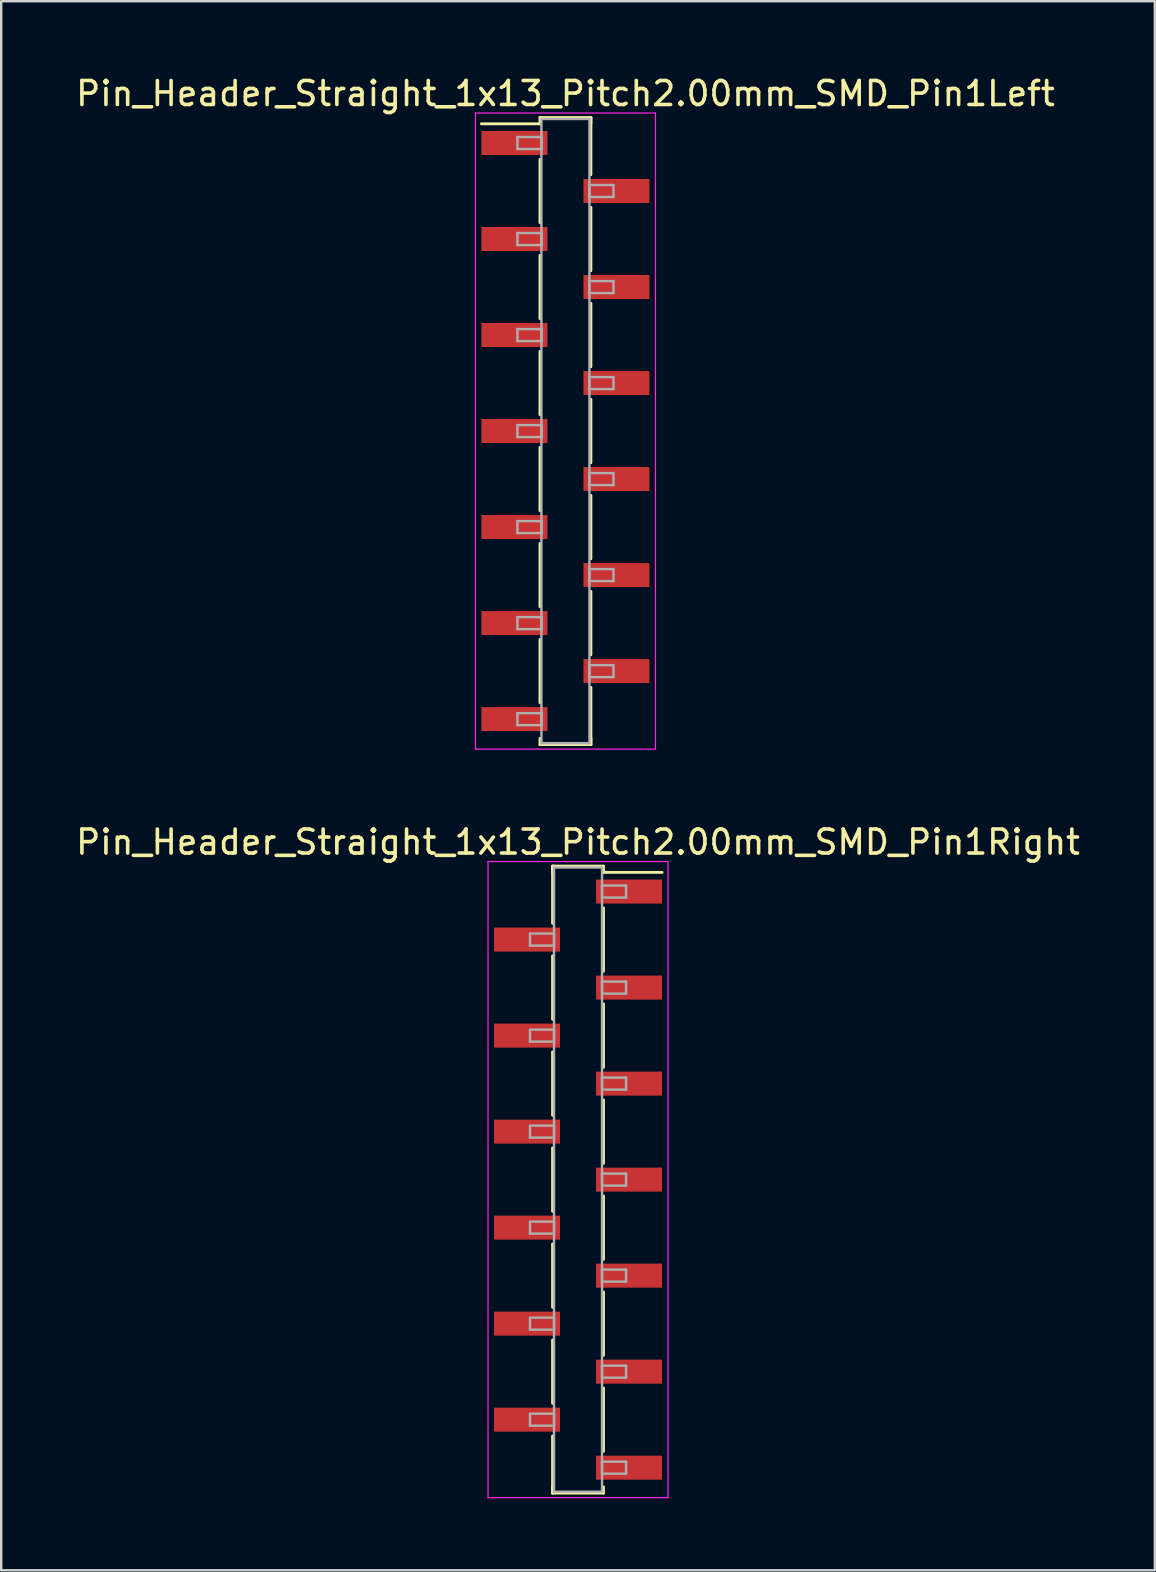
<source format=kicad_pcb>
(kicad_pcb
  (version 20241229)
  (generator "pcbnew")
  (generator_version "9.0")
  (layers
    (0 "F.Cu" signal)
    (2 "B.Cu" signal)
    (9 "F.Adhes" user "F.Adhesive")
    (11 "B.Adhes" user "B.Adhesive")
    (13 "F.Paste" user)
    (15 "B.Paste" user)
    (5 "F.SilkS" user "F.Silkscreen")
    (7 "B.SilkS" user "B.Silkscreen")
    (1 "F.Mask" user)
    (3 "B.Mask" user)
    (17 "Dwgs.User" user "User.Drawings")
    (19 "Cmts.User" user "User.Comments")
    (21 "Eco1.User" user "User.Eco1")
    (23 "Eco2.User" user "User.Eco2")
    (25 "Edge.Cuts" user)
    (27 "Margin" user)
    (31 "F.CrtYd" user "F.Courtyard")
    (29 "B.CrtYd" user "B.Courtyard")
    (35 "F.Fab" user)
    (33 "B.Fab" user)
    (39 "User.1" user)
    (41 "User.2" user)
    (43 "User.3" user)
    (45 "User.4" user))
  (footprint "Pin_Header_Straight_1x13_Pitch2.00mm_SMD_Pin1Left"
    (layer "F.Cu")
    (at 20.506 14.908)
    (property "Reference" "Pin_Header_Straight_1x13_Pitch2.00mm_SMD_Pin1Left" (at 0 -14.06 0) (layer "F.SilkS") (effects (font (size 1 1) (thickness 0.15))))
    (attr smd)
    (fp_line (start -1.06 -13.06) (end 1.06 -13.06) (stroke (width 0.12) (type solid)) (layer "F.SilkS"))
    (fp_line (start -1.06 -12.8) (end -3.5 -12.8) (stroke (width 0.12) (type solid)) (layer "F.SilkS"))
    (fp_line (start -1.06 -12.8) (end -1.06 -13.06) (stroke (width 0.12) (type solid)) (layer "F.SilkS"))
    (fp_line (start -1.06 -11.32) (end -1.06 -8.68) (stroke (width 0.12) (type solid)) (layer "F.SilkS"))
    (fp_line (start -1.06 -7.32) (end -1.06 -4.68) (stroke (width 0.12) (type solid)) (layer "F.SilkS"))
    (fp_line (start -1.06 -3.32) (end -1.06 -0.68) (stroke (width 0.12) (type solid)) (layer "F.SilkS"))
    (fp_line (start -1.06 0.68) (end -1.06 3.32) (stroke (width 0.12) (type solid)) (layer "F.SilkS"))
    (fp_line (start -1.06 4.68) (end -1.06 7.32) (stroke (width 0.12) (type solid)) (layer "F.SilkS"))
    (fp_line (start -1.06 8.68) (end -1.06 11.32) (stroke (width 0.12) (type solid)) (layer "F.SilkS"))
    (fp_line (start -1.06 12.8) (end -1.06 13.06) (stroke (width 0.12) (type solid)) (layer "F.SilkS"))
    (fp_line (start -1.06 13.06) (end 1.06 13.06) (stroke (width 0.12) (type solid)) (layer "F.SilkS"))
    (fp_line (start 1.06 -13.06) (end 1.06 -12.8) (stroke (width 0.12) (type solid)) (layer "F.SilkS"))
    (fp_line (start 1.06 -13.06) (end 1.06 -10.68) (stroke (width 0.12) (type solid)) (layer "F.SilkS"))
    (fp_line (start 1.06 -9.32) (end 1.06 -6.68) (stroke (width 0.12) (type solid)) (layer "F.SilkS"))
    (fp_line (start 1.06 -5.32) (end 1.06 -2.68) (stroke (width 0.12) (type solid)) (layer "F.SilkS"))
    (fp_line (start 1.06 -1.32) (end 1.06 1.32) (stroke (width 0.12) (type solid)) (layer "F.SilkS"))
    (fp_line (start 1.06 2.68) (end 1.06 5.32) (stroke (width 0.12) (type solid)) (layer "F.SilkS"))
    (fp_line (start 1.06 6.68) (end 1.06 9.32) (stroke (width 0.12) (type solid)) (layer "F.SilkS"))
    (fp_line (start 1.06 10.68) (end 1.06 13.06) (stroke (width 0.12) (type solid)) (layer "F.SilkS"))
    (fp_line (start 1.06 13.06) (end 1.06 12.8) (stroke (width 0.12) (type solid)) (layer "F.SilkS"))
    (fp_line (start -3.75 -13.25) (end -3.75 13.25) (stroke (width 0.05) (type solid)) (layer "F.CrtYd"))
    (fp_line (start -3.75 13.25) (end 3.75 13.25) (stroke (width 0.05) (type solid)) (layer "F.CrtYd"))
    (fp_line (start 3.75 -13.25) (end -3.75 -13.25) (stroke (width 0.05) (type solid)) (layer "F.CrtYd"))
    (fp_line (start 3.75 13.25) (end 3.75 -13.25) (stroke (width 0.05) (type solid)) (layer "F.CrtYd"))
    (fp_line (start -2 -12.25) (end -1 -12.25) (stroke (width 0.1) (type solid)) (layer "F.Fab"))
    (fp_line (start -2 -11.75) (end -2 -12.25) (stroke (width 0.1) (type solid)) (layer "F.Fab"))
    (fp_line (start -2 -8.25) (end -1 -8.25) (stroke (width 0.1) (type solid)) (layer "F.Fab"))
    (fp_line (start -2 -7.75) (end -2 -8.25) (stroke (width 0.1) (type solid)) (layer "F.Fab"))
    (fp_line (start -2 -4.25) (end -1 -4.25) (stroke (width 0.1) (type solid)) (layer "F.Fab"))
    (fp_line (start -2 -3.75) (end -2 -4.25) (stroke (width 0.1) (type solid)) (layer "F.Fab"))
    (fp_line (start -2 -0.25) (end -1 -0.25) (stroke (width 0.1) (type solid)) (layer "F.Fab"))
    (fp_line (start -2 0.25) (end -2 -0.25) (stroke (width 0.1) (type solid)) (layer "F.Fab"))
    (fp_line (start -2 3.75) (end -1 3.75) (stroke (width 0.1) (type solid)) (layer "F.Fab"))
    (fp_line (start -2 4.25) (end -2 3.75) (stroke (width 0.1) (type solid)) (layer "F.Fab"))
    (fp_line (start -2 7.75) (end -1 7.75) (stroke (width 0.1) (type solid)) (layer "F.Fab"))
    (fp_line (start -2 8.25) (end -2 7.75) (stroke (width 0.1) (type solid)) (layer "F.Fab"))
    (fp_line (start -2 11.75) (end -1 11.75) (stroke (width 0.1) (type solid)) (layer "F.Fab"))
    (fp_line (start -2 12.25) (end -2 11.75) (stroke (width 0.1) (type solid)) (layer "F.Fab"))
    (fp_line (start -1 -13) (end -1 13) (stroke (width 0.1) (type solid)) (layer "F.Fab"))
    (fp_line (start -1 -12.25) (end -1 -11.75) (stroke (width 0.1) (type solid)) (layer "F.Fab"))
    (fp_line (start -1 -11.75) (end -2 -11.75) (stroke (width 0.1) (type solid)) (layer "F.Fab"))
    (fp_line (start -1 -8.25) (end -1 -7.75) (stroke (width 0.1) (type solid)) (layer "F.Fab"))
    (fp_line (start -1 -7.75) (end -2 -7.75) (stroke (width 0.1) (type solid)) (layer "F.Fab"))
    (fp_line (start -1 -4.25) (end -1 -3.75) (stroke (width 0.1) (type solid)) (layer "F.Fab"))
    (fp_line (start -1 -3.75) (end -2 -3.75) (stroke (width 0.1) (type solid)) (layer "F.Fab"))
    (fp_line (start -1 -0.25) (end -1 0.25) (stroke (width 0.1) (type solid)) (layer "F.Fab"))
    (fp_line (start -1 0.25) (end -2 0.25) (stroke (width 0.1) (type solid)) (layer "F.Fab"))
    (fp_line (start -1 3.75) (end -1 4.25) (stroke (width 0.1) (type solid)) (layer "F.Fab"))
    (fp_line (start -1 4.25) (end -2 4.25) (stroke (width 0.1) (type solid)) (layer "F.Fab"))
    (fp_line (start -1 7.75) (end -1 8.25) (stroke (width 0.1) (type solid)) (layer "F.Fab"))
    (fp_line (start -1 8.25) (end -2 8.25) (stroke (width 0.1) (type solid)) (layer "F.Fab"))
    (fp_line (start -1 11.75) (end -1 12.25) (stroke (width 0.1) (type solid)) (layer "F.Fab"))
    (fp_line (start -1 12.25) (end -2 12.25) (stroke (width 0.1) (type solid)) (layer "F.Fab"))
    (fp_line (start -1 13) (end 1 13) (stroke (width 0.1) (type solid)) (layer "F.Fab"))
    (fp_line (start 1 -13) (end -1 -13) (stroke (width 0.1) (type solid)) (layer "F.Fab"))
    (fp_line (start 1 -10.25) (end 1 -9.75) (stroke (width 0.1) (type solid)) (layer "F.Fab"))
    (fp_line (start 1 -9.75) (end 2 -9.75) (stroke (width 0.1) (type solid)) (layer "F.Fab"))
    (fp_line (start 1 -6.25) (end 1 -5.75) (stroke (width 0.1) (type solid)) (layer "F.Fab"))
    (fp_line (start 1 -5.75) (end 2 -5.75) (stroke (width 0.1) (type solid)) (layer "F.Fab"))
    (fp_line (start 1 -2.25) (end 1 -1.75) (stroke (width 0.1) (type solid)) (layer "F.Fab"))
    (fp_line (start 1 -1.75) (end 2 -1.75) (stroke (width 0.1) (type solid)) (layer "F.Fab"))
    (fp_line (start 1 1.75) (end 1 2.25) (stroke (width 0.1) (type solid)) (layer "F.Fab"))
    (fp_line (start 1 2.25) (end 2 2.25) (stroke (width 0.1) (type solid)) (layer "F.Fab"))
    (fp_line (start 1 5.75) (end 1 6.25) (stroke (width 0.1) (type solid)) (layer "F.Fab"))
    (fp_line (start 1 6.25) (end 2 6.25) (stroke (width 0.1) (type solid)) (layer "F.Fab"))
    (fp_line (start 1 9.75) (end 1 10.25) (stroke (width 0.1) (type solid)) (layer "F.Fab"))
    (fp_line (start 1 10.25) (end 2 10.25) (stroke (width 0.1) (type solid)) (layer "F.Fab"))
    (fp_line (start 1 13) (end 1 -13) (stroke (width 0.1) (type solid)) (layer "F.Fab"))
    (fp_line (start 2 -10.25) (end 1 -10.25) (stroke (width 0.1) (type solid)) (layer "F.Fab"))
    (fp_line (start 2 -9.75) (end 2 -10.25) (stroke (width 0.1) (type solid)) (layer "F.Fab"))
    (fp_line (start 2 -6.25) (end 1 -6.25) (stroke (width 0.1) (type solid)) (layer "F.Fab"))
    (fp_line (start 2 -5.75) (end 2 -6.25) (stroke (width 0.1) (type solid)) (layer "F.Fab"))
    (fp_line (start 2 -2.25) (end 1 -2.25) (stroke (width 0.1) (type solid)) (layer "F.Fab"))
    (fp_line (start 2 -1.75) (end 2 -2.25) (stroke (width 0.1) (type solid)) (layer "F.Fab"))
    (fp_line (start 2 1.75) (end 1 1.75) (stroke (width 0.1) (type solid)) (layer "F.Fab"))
    (fp_line (start 2 2.25) (end 2 1.75) (stroke (width 0.1) (type solid)) (layer "F.Fab"))
    (fp_line (start 2 5.75) (end 1 5.75) (stroke (width 0.1) (type solid)) (layer "F.Fab"))
    (fp_line (start 2 6.25) (end 2 5.75) (stroke (width 0.1) (type solid)) (layer "F.Fab"))
    (fp_line (start 2 9.75) (end 1 9.75) (stroke (width 0.1) (type solid)) (layer "F.Fab"))
    (fp_line (start 2 10.25) (end 2 9.75) (stroke (width 0.1) (type solid)) (layer "F.Fab"))
    (pad "1" smd rect (at -2.125 -12) (size 2.75 1) (layers "F.Cu" "F.Mask"))
    (pad "2" smd rect (at 2.125 -10) (size 2.75 1) (layers "F.Cu" "F.Mask"))
    (pad "3" smd rect (at -2.125 -8) (size 2.75 1) (layers "F.Cu" "F.Mask"))
    (pad "4" smd rect (at 2.125 -6) (size 2.75 1) (layers "F.Cu" "F.Mask"))
    (pad "5" smd rect (at -2.125 -4) (size 2.75 1) (layers "F.Cu" "F.Mask"))
    (pad "6" smd rect (at 2.125 -2) (size 2.75 1) (layers "F.Cu" "F.Mask"))
    (pad "7" smd rect (at -2.125 0) (size 2.75 1) (layers "F.Cu" "F.Mask"))
    (pad "8" smd rect (at 2.125 2) (size 2.75 1) (layers "F.Cu" "F.Mask"))
    (pad "9" smd rect (at -2.125 4) (size 2.75 1) (layers "F.Cu" "F.Mask"))
    (pad "10" smd rect (at 2.125 6) (size 2.75 1) (layers "F.Cu" "F.Mask"))
    (pad "11" smd rect (at -2.125 8) (size 2.75 1) (layers "F.Cu" "F.Mask"))
    (pad "12" smd rect (at 2.125 10) (size 2.75 1) (layers "F.Cu" "F.Mask"))
    (pad "13" smd rect (at -2.125 12) (size 2.75 1) (layers "F.Cu" "F.Mask")))
  (footprint "Pin_Header_Straight_1x13_Pitch2.00mm_SMD_Pin1Right"
    (layer "F.Cu")
    (at 21.03 46.092)
    (property "Reference" "Pin_Header_Straight_1x13_Pitch2.00mm_SMD_Pin1Right" (at 0 -14.06 0) (layer "F.SilkS") (effects (font (size 1 1) (thickness 0.15))))
    (attr smd)
    (fp_line (start -1.06 -13.06) (end -1.06 -10.68) (stroke (width 0.12) (type solid)) (layer "F.SilkS"))
    (fp_line (start -1.06 -13.06) (end 1.06 -13.06) (stroke (width 0.12) (type solid)) (layer "F.SilkS"))
    (fp_line (start -1.06 -12.8) (end -1.06 -13.06) (stroke (width 0.12) (type solid)) (layer "F.SilkS"))
    (fp_line (start -1.06 -9.32) (end -1.06 -6.68) (stroke (width 0.12) (type solid)) (layer "F.SilkS"))
    (fp_line (start -1.06 -5.32) (end -1.06 -2.68) (stroke (width 0.12) (type solid)) (layer "F.SilkS"))
    (fp_line (start -1.06 -1.32) (end -1.06 1.32) (stroke (width 0.12) (type solid)) (layer "F.SilkS"))
    (fp_line (start -1.06 2.68) (end -1.06 5.32) (stroke (width 0.12) (type solid)) (layer "F.SilkS"))
    (fp_line (start -1.06 6.68) (end -1.06 9.32) (stroke (width 0.12) (type solid)) (layer "F.SilkS"))
    (fp_line (start -1.06 10.68) (end -1.06 13.06) (stroke (width 0.12) (type solid)) (layer "F.SilkS"))
    (fp_line (start -1.06 12.8) (end -1.06 13.06) (stroke (width 0.12) (type solid)) (layer "F.SilkS"))
    (fp_line (start -1.06 13.06) (end 1.06 13.06) (stroke (width 0.12) (type solid)) (layer "F.SilkS"))
    (fp_line (start 1.06 -13.06) (end 1.06 -12.8) (stroke (width 0.12) (type solid)) (layer "F.SilkS"))
    (fp_line (start 1.06 -12.8) (end 3.5 -12.8) (stroke (width 0.12) (type solid)) (layer "F.SilkS"))
    (fp_line (start 1.06 -11.32) (end 1.06 -8.68) (stroke (width 0.12) (type solid)) (layer "F.SilkS"))
    (fp_line (start 1.06 -7.32) (end 1.06 -4.68) (stroke (width 0.12) (type solid)) (layer "F.SilkS"))
    (fp_line (start 1.06 -3.32) (end 1.06 -0.68) (stroke (width 0.12) (type solid)) (layer "F.SilkS"))
    (fp_line (start 1.06 0.68) (end 1.06 3.32) (stroke (width 0.12) (type solid)) (layer "F.SilkS"))
    (fp_line (start 1.06 4.68) (end 1.06 7.32) (stroke (width 0.12) (type solid)) (layer "F.SilkS"))
    (fp_line (start 1.06 8.68) (end 1.06 11.32) (stroke (width 0.12) (type solid)) (layer "F.SilkS"))
    (fp_line (start 1.06 13.06) (end 1.06 12.8) (stroke (width 0.12) (type solid)) (layer "F.SilkS"))
    (fp_line (start -3.75 -13.25) (end -3.75 13.25) (stroke (width 0.05) (type solid)) (layer "F.CrtYd"))
    (fp_line (start -3.75 13.25) (end 3.75 13.25) (stroke (width 0.05) (type solid)) (layer "F.CrtYd"))
    (fp_line (start 3.75 -13.25) (end -3.75 -13.25) (stroke (width 0.05) (type solid)) (layer "F.CrtYd"))
    (fp_line (start 3.75 13.25) (end 3.75 -13.25) (stroke (width 0.05) (type solid)) (layer "F.CrtYd"))
    (fp_line (start -2 -10.25) (end -1 -10.25) (stroke (width 0.1) (type solid)) (layer "F.Fab"))
    (fp_line (start -2 -9.75) (end -2 -10.25) (stroke (width 0.1) (type solid)) (layer "F.Fab"))
    (fp_line (start -2 -6.25) (end -1 -6.25) (stroke (width 0.1) (type solid)) (layer "F.Fab"))
    (fp_line (start -2 -5.75) (end -2 -6.25) (stroke (width 0.1) (type solid)) (layer "F.Fab"))
    (fp_line (start -2 -2.25) (end -1 -2.25) (stroke (width 0.1) (type solid)) (layer "F.Fab"))
    (fp_line (start -2 -1.75) (end -2 -2.25) (stroke (width 0.1) (type solid)) (layer "F.Fab"))
    (fp_line (start -2 1.75) (end -1 1.75) (stroke (width 0.1) (type solid)) (layer "F.Fab"))
    (fp_line (start -2 2.25) (end -2 1.75) (stroke (width 0.1) (type solid)) (layer "F.Fab"))
    (fp_line (start -2 5.75) (end -1 5.75) (stroke (width 0.1) (type solid)) (layer "F.Fab"))
    (fp_line (start -2 6.25) (end -2 5.75) (stroke (width 0.1) (type solid)) (layer "F.Fab"))
    (fp_line (start -2 9.75) (end -1 9.75) (stroke (width 0.1) (type solid)) (layer "F.Fab"))
    (fp_line (start -2 10.25) (end -2 9.75) (stroke (width 0.1) (type solid)) (layer "F.Fab"))
    (fp_line (start -1 -13) (end -1 13) (stroke (width 0.1) (type solid)) (layer "F.Fab"))
    (fp_line (start -1 -10.25) (end -1 -9.75) (stroke (width 0.1) (type solid)) (layer "F.Fab"))
    (fp_line (start -1 -9.75) (end -2 -9.75) (stroke (width 0.1) (type solid)) (layer "F.Fab"))
    (fp_line (start -1 -6.25) (end -1 -5.75) (stroke (width 0.1) (type solid)) (layer "F.Fab"))
    (fp_line (start -1 -5.75) (end -2 -5.75) (stroke (width 0.1) (type solid)) (layer "F.Fab"))
    (fp_line (start -1 -2.25) (end -1 -1.75) (stroke (width 0.1) (type solid)) (layer "F.Fab"))
    (fp_line (start -1 -1.75) (end -2 -1.75) (stroke (width 0.1) (type solid)) (layer "F.Fab"))
    (fp_line (start -1 1.75) (end -1 2.25) (stroke (width 0.1) (type solid)) (layer "F.Fab"))
    (fp_line (start -1 2.25) (end -2 2.25) (stroke (width 0.1) (type solid)) (layer "F.Fab"))
    (fp_line (start -1 5.75) (end -1 6.25) (stroke (width 0.1) (type solid)) (layer "F.Fab"))
    (fp_line (start -1 6.25) (end -2 6.25) (stroke (width 0.1) (type solid)) (layer "F.Fab"))
    (fp_line (start -1 9.75) (end -1 10.25) (stroke (width 0.1) (type solid)) (layer "F.Fab"))
    (fp_line (start -1 10.25) (end -2 10.25) (stroke (width 0.1) (type solid)) (layer "F.Fab"))
    (fp_line (start -1 13) (end 1 13) (stroke (width 0.1) (type solid)) (layer "F.Fab"))
    (fp_line (start 1 -13) (end -1 -13) (stroke (width 0.1) (type solid)) (layer "F.Fab"))
    (fp_line (start 1 -12.25) (end 1 -11.75) (stroke (width 0.1) (type solid)) (layer "F.Fab"))
    (fp_line (start 1 -11.75) (end 2 -11.75) (stroke (width 0.1) (type solid)) (layer "F.Fab"))
    (fp_line (start 1 -8.25) (end 1 -7.75) (stroke (width 0.1) (type solid)) (layer "F.Fab"))
    (fp_line (start 1 -7.75) (end 2 -7.75) (stroke (width 0.1) (type solid)) (layer "F.Fab"))
    (fp_line (start 1 -4.25) (end 1 -3.75) (stroke (width 0.1) (type solid)) (layer "F.Fab"))
    (fp_line (start 1 -3.75) (end 2 -3.75) (stroke (width 0.1) (type solid)) (layer "F.Fab"))
    (fp_line (start 1 -0.25) (end 1 0.25) (stroke (width 0.1) (type solid)) (layer "F.Fab"))
    (fp_line (start 1 0.25) (end 2 0.25) (stroke (width 0.1) (type solid)) (layer "F.Fab"))
    (fp_line (start 1 3.75) (end 1 4.25) (stroke (width 0.1) (type solid)) (layer "F.Fab"))
    (fp_line (start 1 4.25) (end 2 4.25) (stroke (width 0.1) (type solid)) (layer "F.Fab"))
    (fp_line (start 1 7.75) (end 1 8.25) (stroke (width 0.1) (type solid)) (layer "F.Fab"))
    (fp_line (start 1 8.25) (end 2 8.25) (stroke (width 0.1) (type solid)) (layer "F.Fab"))
    (fp_line (start 1 11.75) (end 1 12.25) (stroke (width 0.1) (type solid)) (layer "F.Fab"))
    (fp_line (start 1 12.25) (end 2 12.25) (stroke (width 0.1) (type solid)) (layer "F.Fab"))
    (fp_line (start 1 13) (end 1 -13) (stroke (width 0.1) (type solid)) (layer "F.Fab"))
    (fp_line (start 2 -12.25) (end 1 -12.25) (stroke (width 0.1) (type solid)) (layer "F.Fab"))
    (fp_line (start 2 -11.75) (end 2 -12.25) (stroke (width 0.1) (type solid)) (layer "F.Fab"))
    (fp_line (start 2 -8.25) (end 1 -8.25) (stroke (width 0.1) (type solid)) (layer "F.Fab"))
    (fp_line (start 2 -7.75) (end 2 -8.25) (stroke (width 0.1) (type solid)) (layer "F.Fab"))
    (fp_line (start 2 -4.25) (end 1 -4.25) (stroke (width 0.1) (type solid)) (layer "F.Fab"))
    (fp_line (start 2 -3.75) (end 2 -4.25) (stroke (width 0.1) (type solid)) (layer "F.Fab"))
    (fp_line (start 2 -0.25) (end 1 -0.25) (stroke (width 0.1) (type solid)) (layer "F.Fab"))
    (fp_line (start 2 0.25) (end 2 -0.25) (stroke (width 0.1) (type solid)) (layer "F.Fab"))
    (fp_line (start 2 3.75) (end 1 3.75) (stroke (width 0.1) (type solid)) (layer "F.Fab"))
    (fp_line (start 2 4.25) (end 2 3.75) (stroke (width 0.1) (type solid)) (layer "F.Fab"))
    (fp_line (start 2 7.75) (end 1 7.75) (stroke (width 0.1) (type solid)) (layer "F.Fab"))
    (fp_line (start 2 8.25) (end 2 7.75) (stroke (width 0.1) (type solid)) (layer "F.Fab"))
    (fp_line (start 2 11.75) (end 1 11.75) (stroke (width 0.1) (type solid)) (layer "F.Fab"))
    (fp_line (start 2 12.25) (end 2 11.75) (stroke (width 0.1) (type solid)) (layer "F.Fab"))
    (pad "1" smd rect (at 2.125 -12) (size 2.75 1) (layers "F.Cu" "F.Mask"))
    (pad "2" smd rect (at -2.125 -10) (size 2.75 1) (layers "F.Cu" "F.Mask"))
    (pad "3" smd rect (at 2.125 -8) (size 2.75 1) (layers "F.Cu" "F.Mask"))
    (pad "4" smd rect (at -2.125 -6) (size 2.75 1) (layers "F.Cu" "F.Mask"))
    (pad "5" smd rect (at 2.125 -4) (size 2.75 1) (layers "F.Cu" "F.Mask"))
    (pad "6" smd rect (at -2.125 -2) (size 2.75 1) (layers "F.Cu" "F.Mask"))
    (pad "7" smd rect (at 2.125 0) (size 2.75 1) (layers "F.Cu" "F.Mask"))
    (pad "8" smd rect (at -2.125 2) (size 2.75 1) (layers "F.Cu" "F.Mask"))
    (pad "9" smd rect (at 2.125 4) (size 2.75 1) (layers "F.Cu" "F.Mask"))
    (pad "10" smd rect (at -2.125 6) (size 2.75 1) (layers "F.Cu" "F.Mask"))
    (pad "11" smd rect (at 2.125 8) (size 2.75 1) (layers "F.Cu" "F.Mask"))
    (pad "12" smd rect (at -2.125 10) (size 2.75 1) (layers "F.Cu" "F.Mask"))
    (pad "13" smd rect (at 2.125 12) (size 2.75 1) (layers "F.Cu" "F.Mask")))
  (gr_rect
    (start -3 -3)
    (end 45.06 62.367)
    (stroke (width 0.1) (type default))
    (fill no)
    (layer "Edge.Cuts")))
</source>
